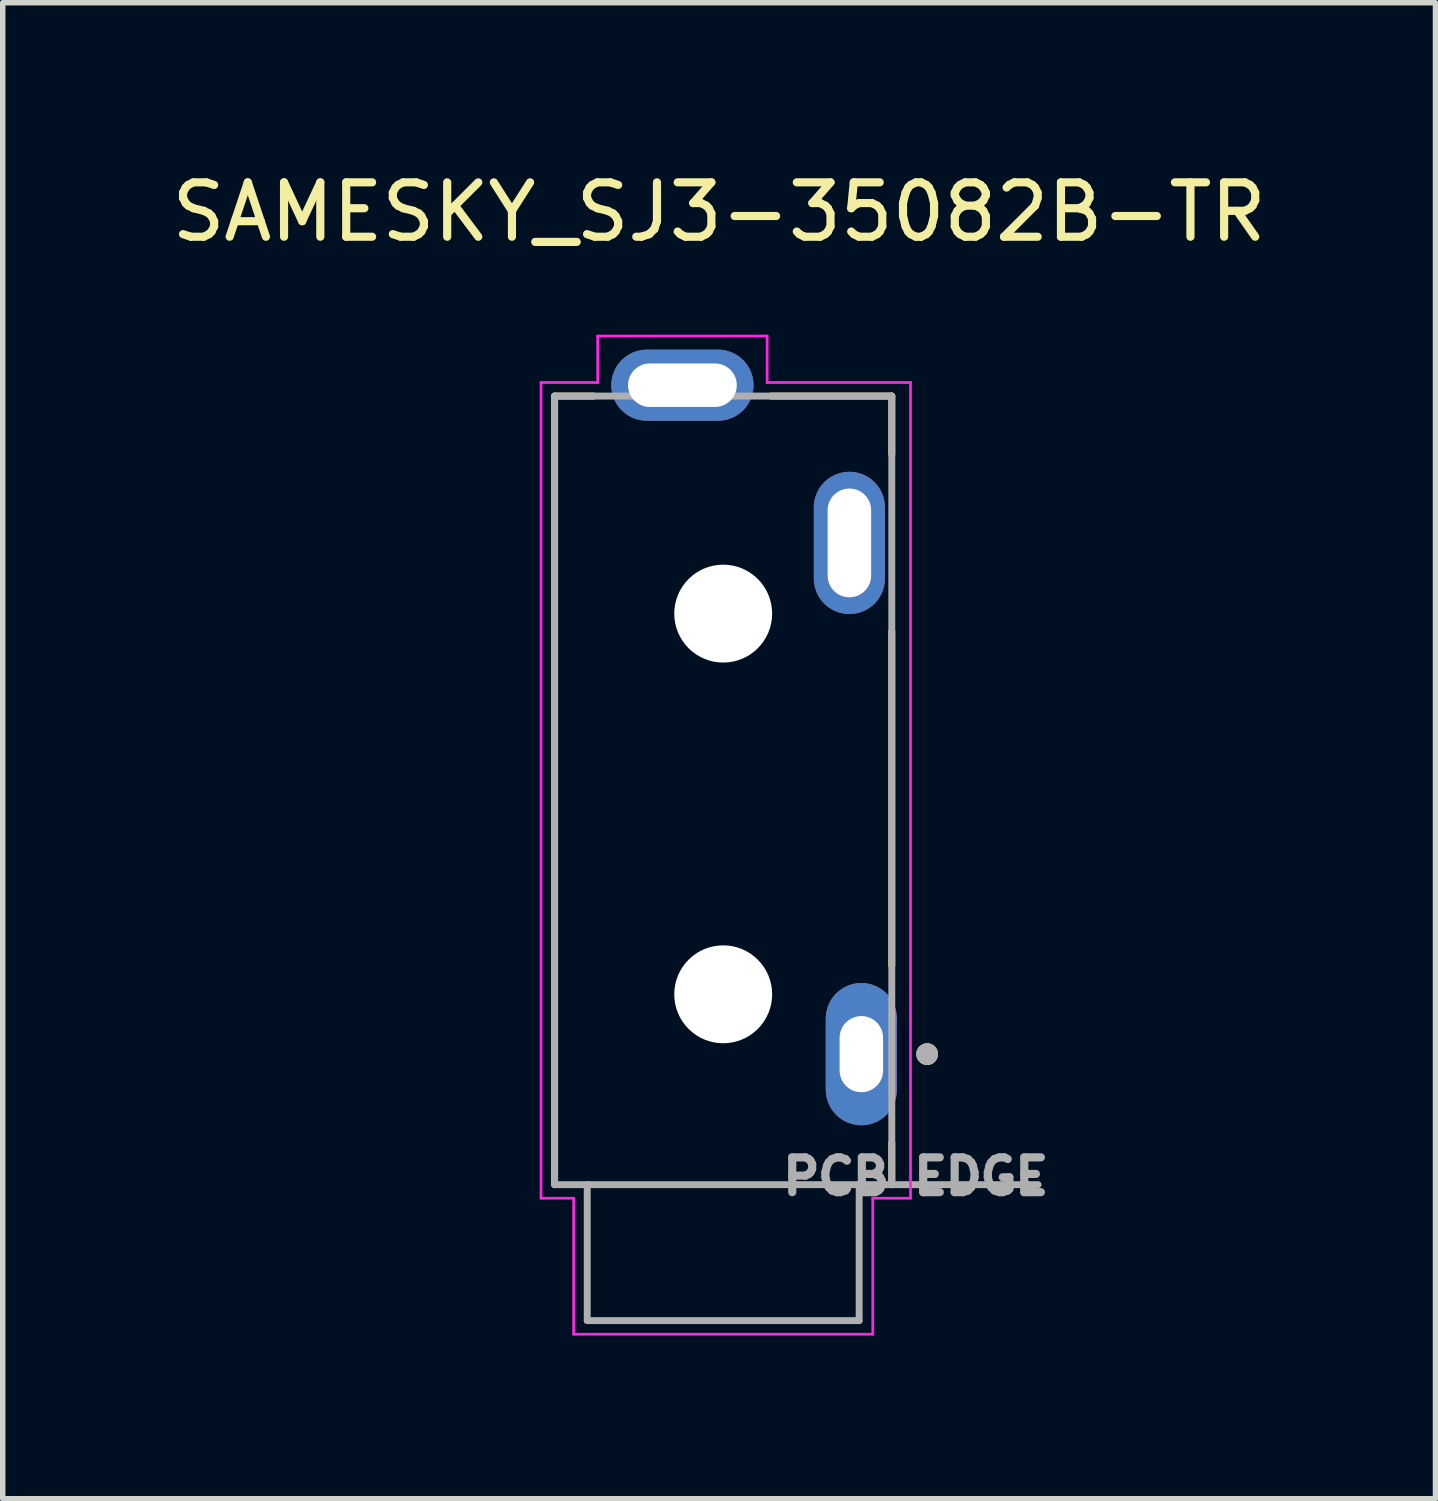
<source format=kicad_pcb>
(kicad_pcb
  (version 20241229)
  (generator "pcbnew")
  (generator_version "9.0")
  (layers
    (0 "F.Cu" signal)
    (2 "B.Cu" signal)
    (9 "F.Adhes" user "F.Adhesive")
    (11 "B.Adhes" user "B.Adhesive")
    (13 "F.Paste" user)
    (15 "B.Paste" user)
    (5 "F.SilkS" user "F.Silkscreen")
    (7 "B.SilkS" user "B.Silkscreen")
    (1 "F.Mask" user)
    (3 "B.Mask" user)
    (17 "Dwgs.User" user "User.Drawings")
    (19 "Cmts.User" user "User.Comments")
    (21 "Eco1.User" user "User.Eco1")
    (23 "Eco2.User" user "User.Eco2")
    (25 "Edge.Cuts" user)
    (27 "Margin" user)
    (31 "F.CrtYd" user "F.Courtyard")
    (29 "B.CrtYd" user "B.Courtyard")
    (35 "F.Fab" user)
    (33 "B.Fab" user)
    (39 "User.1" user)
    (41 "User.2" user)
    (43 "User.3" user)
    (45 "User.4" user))
  (footprint "SAMESKY_SJ3-35082B-TR"
    (layer "F.Cu")
    (at 10.248 11.733)
    (property "Reference" "SAMESKY_SJ3-35082B-TR" (at -0.075 -10.885 0) (layer "F.SilkS") (effects (font (size 1 1) (thickness 0.15))))
    (attr through_hole)
    (fp_line (start -3.1 -7.5) (end -3.1 7) (stroke (width 0.127) (type solid)) (layer "F.SilkS"))
    (fp_line (start -2.378 -7.5) (end -3.1 -7.5) (stroke (width 0.127) (type solid)) (layer "F.SilkS"))
    (fp_line (start 3.1 -7.5) (end 0.878 -7.5) (stroke (width 0.127) (type solid)) (layer "F.SilkS"))
    (fp_line (start 3.1 -6.428) (end 3.1 -7.5) (stroke (width 0.127) (type solid)) (layer "F.SilkS"))
    (fp_line (start 3.1 -3.172) (end 3.1 2.972) (stroke (width 0.127) (type solid)) (layer "F.SilkS"))
    (fp_line (start 3.1 6.228) (end 3.1 7) (stroke (width 0.127) (type solid)) (layer "F.SilkS"))
    (fp_circle (center 3.75 4.6) (end 3.85 4.6) (stroke (width 0.2) (type solid)) (fill no) (layer "F.SilkS"))
    (fp_line (start -3.35 -7.75) (end -2.308 -7.75) (stroke (width 0.05) (type solid)) (layer "F.CrtYd"))
    (fp_line (start -3.35 7.25) (end -3.35 -7.75) (stroke (width 0.05) (type solid)) (layer "F.CrtYd"))
    (fp_line (start -3.35 7.25) (end -2.75 7.25) (stroke (width 0.05) (type solid)) (layer "F.CrtYd"))
    (fp_line (start -2.75 7.25) (end -2.75 9.75) (stroke (width 0.05) (type solid)) (layer "F.CrtYd"))
    (fp_line (start -2.308 -8.604) (end 0.808 -8.604) (stroke (width 0.05) (type solid)) (layer "F.CrtYd"))
    (fp_line (start -2.308 -7.75) (end -2.308 -8.604) (stroke (width 0.05) (type solid)) (layer "F.CrtYd"))
    (fp_line (start 0.808 -8.604) (end 0.808 -7.75) (stroke (width 0.05) (type solid)) (layer "F.CrtYd"))
    (fp_line (start 0.808 -7.75) (end 3.444 -7.75) (stroke (width 0.05) (type solid)) (layer "F.CrtYd"))
    (fp_line (start 2.75 7.25) (end 2.75 9.75) (stroke (width 0.05) (type solid)) (layer "F.CrtYd"))
    (fp_line (start 2.75 9.75) (end -2.75 9.75) (stroke (width 0.05) (type solid)) (layer "F.CrtYd"))
    (fp_line (start 3.444 -7.75) (end 3.444 7.25) (stroke (width 0.05) (type solid)) (layer "F.CrtYd"))
    (fp_line (start 3.444 7.25) (end 2.75 7.25) (stroke (width 0.05) (type solid)) (layer "F.CrtYd"))
    (fp_line (start -3.1 -7.5) (end 3.1 -7.5) (stroke (width 0.127) (type solid)) (layer "F.Fab"))
    (fp_line (start -3.1 7) (end -3.1 -7.5) (stroke (width 0.127) (type solid)) (layer "F.Fab"))
    (fp_line (start -2.5 7) (end -3.1 7) (stroke (width 0.127) (type solid)) (layer "F.Fab"))
    (fp_line (start -2.5 9.5) (end -2.5 7) (stroke (width 0.127) (type solid)) (layer "F.Fab"))
    (fp_line (start 2.5 7) (end -2.5 7) (stroke (width 0.127) (type solid)) (layer "F.Fab"))
    (fp_line (start 2.5 7) (end 2.5 9.5) (stroke (width 0.127) (type solid)) (layer "F.Fab"))
    (fp_line (start 2.5 9.5) (end -2.5 9.5) (stroke (width 0.127) (type solid)) (layer "F.Fab"))
    (fp_line (start 3.1 -7.5) (end 3.1 7) (stroke (width 0.127) (type solid)) (layer "F.Fab"))
    (fp_line (start 3.1 7) (end 2.5 7) (stroke (width 0.127) (type solid)) (layer "F.Fab"))
    (fp_line (start 3.1 7) (end 5.79 7) (stroke (width 0.127) (type solid)) (layer "F.Fab"))
    (fp_circle (center 3.75 4.6) (end 3.85 4.6) (stroke (width 0.2) (type solid)) (fill no) (layer "F.Fab"))
    (fp_text user "PCB EDGE" (at 3.54 6.85 0) (layer "F.Fab") (effects (font (size 0.64 0.64) (thickness 0.15))))
    (pad "" np_thru_hole circle (at 0 -3.5) (size 1.8 1.8) (drill 1.8) (layers "*.Cu" "*.Mask"))
    (pad "" np_thru_hole circle (at 0 3.5) (size 1.8 1.8) (drill 1.8) (layers "*.Cu" "*.Mask"))
    (pad "1" thru_hole oval (at 2.54 4.6) (size 1.308 2.616) (drill oval 0.8 1.4) (layers "*.Cu" "*.Mask"))
    (pad "2" thru_hole oval (at 2.32 -4.8) (size 1.308 2.616) (drill oval 0.8 2) (layers "*.Cu" "*.Mask"))
    (pad "3" thru_hole oval (at -0.75 -7.7) (size 2.616 1.308) (drill oval 2 0.8) (layers "*.Cu" "*.Mask")))
  (gr_rect
    (start -3 -3)
    (end 23.345 24.508)
    (stroke (width 0.1) (type default))
    (fill no)
    (layer "Edge.Cuts")))
</source>
